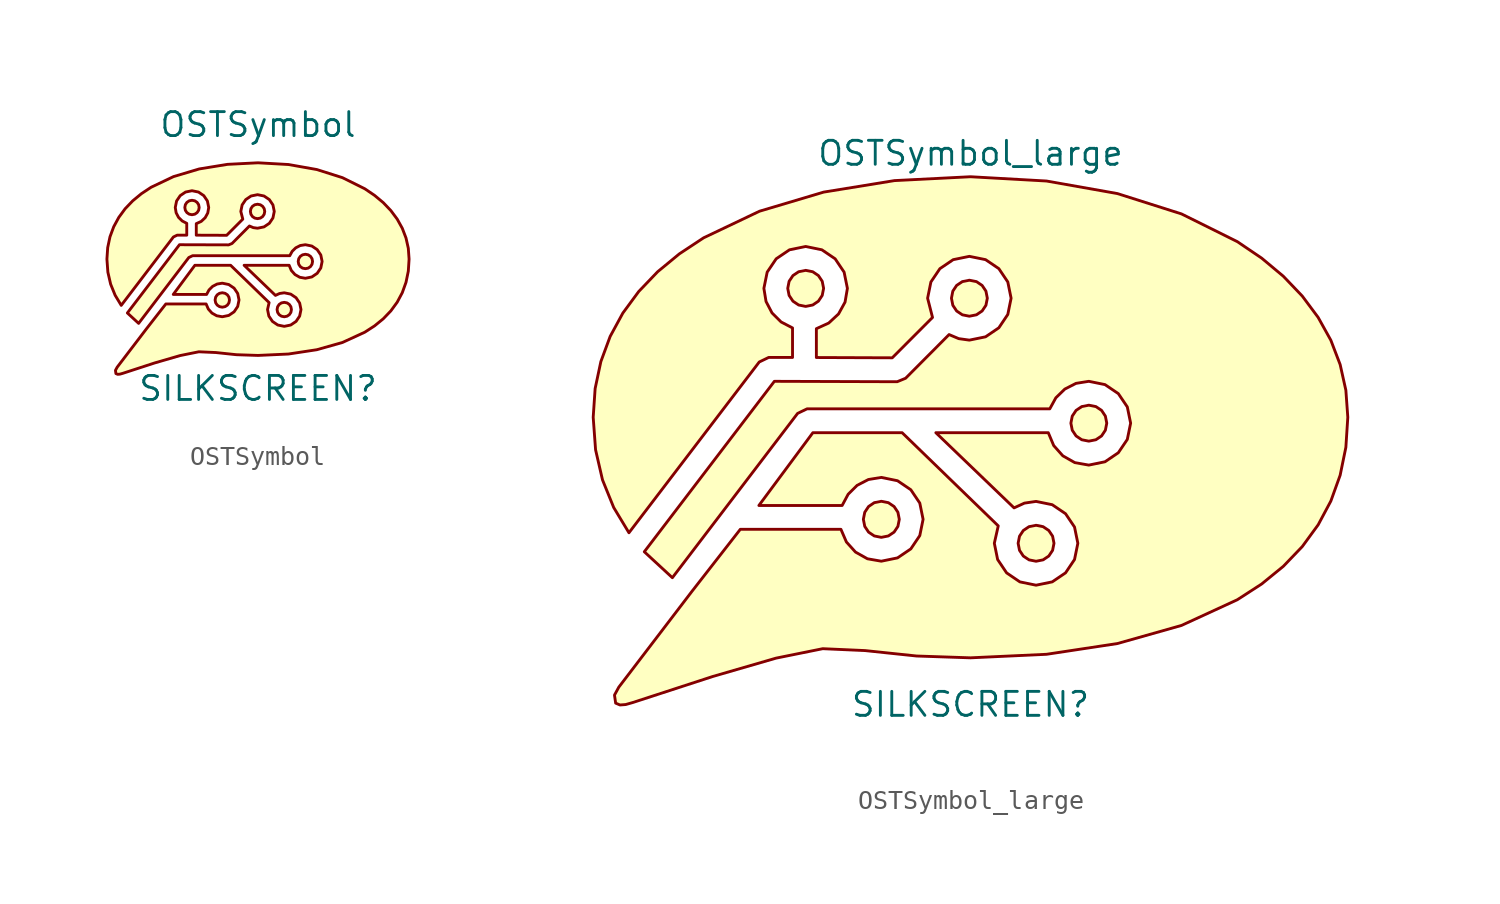
<source format=kicad_sym>
(kicad_symbol_lib
  (version 20211014)
  (generator kicad_symbol_editor)
  (symbol "OSTSymbol"
    (property "Reference" "SILKSCREEN"
      (at 0 -6.35 0)
      (effects (font (size 1.27 1.27))))
    (property "Value" "OSTSymbol"
      (at 0 7.62 0)
      (effects (font (size 1.27 1.27))))
    (symbol "OSTSymbol_0_1"
      (polyline (pts (xy -3.495 3.615) (xy -3.644 3.586) (xy -3.765 3.504) (xy -3.846 3.383) (xy -3.875 3.233) (xy -3.846 3.083) (xy -3.765 2.962) (xy -3.644 2.88) (xy -3.495 2.85) (xy -3.345 2.88) (xy -3.225 2.962) (xy -3.144 3.083) (xy -3.115 3.233) (xy -3.144 3.383) (xy -3.225 3.504) (xy -3.345 3.586) (xy -3.495 3.615)) (stroke (width 0.152) (type default) (color 0 0 0 0)) (fill (type background)))
      (polyline (pts (xy -0.024 3.406) (xy -0.173 3.377) (xy -0.294 3.295) (xy -0.375 3.174) (xy -0.404 3.024) (xy -0.375 2.875) (xy -0.294 2.753) (xy -0.173 2.672) (xy -0.024 2.643) (xy 0.126 2.672) (xy 0.246 2.753) (xy 0.327 2.875) (xy 0.357 3.024) (xy 0.327 3.174) (xy 0.246 3.295) (xy 0.126 3.377) (xy -0.024 3.406)) (stroke (width 0.152) (type default) (color 0 0 0 0)) (fill (type background)))
      (polyline (pts (xy -1.891 -1.281) (xy -2.04 -1.311) (xy -2.161 -1.392) (xy -2.242 -1.514) (xy -2.272 -1.664) (xy -2.242 -1.814) (xy -2.161 -1.935) (xy -2.04 -2.016) (xy -1.891 -2.046) (xy -1.742 -2.016) (xy -1.62 -1.935) (xy -1.539 -1.814) (xy -1.51 -1.664) (xy -1.539 -1.514) (xy -1.62 -1.392) (xy -1.742 -1.311) (xy -1.891 -1.281) (xy -1.891 -1.281)) (stroke (width 0.152) (type default) (color 0 0 0 0)) (fill (type background)))
      (polyline (pts (xy 1.39 -1.79) (xy 1.24 -1.819) (xy 1.12 -1.901) (xy 1.039 -2.022) (xy 1.01 -2.172) (xy 1.039 -2.321) (xy 1.12 -2.442) (xy 1.24 -2.523) (xy 1.39 -2.553) (xy 1.539 -2.523) (xy 1.66 -2.442) (xy 1.741 -2.321) (xy 1.77 -2.172) (xy 1.741 -2.022) (xy 1.66 -1.901) (xy 1.539 -1.819) (xy 1.39 -1.79) (xy 1.39 -1.79)) (stroke (width 0.152) (type default) (color 0 0 0 0)) (fill (type background)))
      (polyline (pts (xy 2.509 0.757) (xy 2.359 0.727) (xy 2.239 0.646) (xy 2.158 0.525) (xy 2.128 0.375) (xy 2.158 0.225) (xy 2.239 0.104) (xy 2.359 0.023) (xy 2.509 -0.006) (xy 2.658 0.023) (xy 2.779 0.104) (xy 2.86 0.225) (xy 2.889 0.375) (xy 2.86 0.525) (xy 2.779 0.646) (xy 2.658 0.727) (xy 2.509 0.757) (xy 2.509 0.757)) (stroke (width 0.152) (type default) (color 0 0 0 0)) (fill (type background)))
      (polyline (pts (xy -0.0001 5.6) (xy -1.613 5.518) (xy -3.114 5.274) (xy -4.473 4.869) (xy -5.657 4.306) (xy -6.173 3.965) (xy -6.634 3.585) (xy -7.035 3.167) (xy -7.371 2.709) (xy -7.64 2.214) (xy -7.838 1.681) (xy -7.959 1.109) (xy -8 0.5) (xy -7.95 -0.19) (xy -7.803 -0.827) (xy -7.565 -1.413) (xy -7.242 -1.949) (xy -4.479 1.672) (xy -4.28 1.768) (xy -3.773 1.768) (xy -3.773 2.394) (xy -4.016 2.521) (xy -4.209 2.712) (xy -4.335 2.955) (xy -4.381 3.233) (xy -4.311 3.578) (xy -4.12 3.86) (xy -3.838 4.051) (xy -3.495 4.121) (xy -3.151 4.051) (xy -2.87 3.86) (xy -2.68 3.578) (xy -2.61 3.233) (xy -2.66 2.942) (xy -2.798 2.691) (xy -3.006 2.497) (xy -3.268 2.378) (xy -3.268 1.767) (xy -1.659 1.761) (xy -0.805 2.616) (xy -0.91 3.024) (xy -0.84 3.369) (xy -0.649 3.651) (xy -0.367 3.842) (xy -0.024 3.912) (xy 0.319 3.842) (xy 0.601 3.651) (xy 0.791 3.369) (xy 0.861 3.024) (xy 0.791 2.68) (xy 0.601 2.397) (xy 0.319 2.206) (xy -0.024 2.136) (xy -0.25 2.167) (xy -0.454 2.253) (xy -1.376 1.327) (xy -1.555 1.254) (xy -4.158 1.262) (xy -6.917 -2.352) (xy -6.321 -2.902) (xy -3.665 0.583) (xy -3.465 0.679) (xy 1.681 0.679) (xy 1.81 0.913) (xy 1.999 1.097) (xy 2.237 1.219) (xy 2.509 1.262) (xy 2.852 1.192) (xy 3.134 1.002) (xy 3.325 0.72) (xy 3.395 0.375) (xy 3.325 0.031) (xy 3.134 -0.252) (xy 2.852 -0.444) (xy 2.509 -0.514) (xy 2.212 -0.462) (xy 1.958 -0.317) (xy 1.764 -0.1) (xy 1.649 0.173) (xy -0.735 0.173) (xy 0.924 -1.421) (xy 1.143 -1.321) (xy 1.39 -1.284) (xy 1.733 -1.354) (xy 2.015 -1.545) (xy 2.206 -1.827) (xy 2.276 -2.171) (xy 2.206 -2.516) (xy 2.015 -2.799) (xy 1.733 -2.99) (xy 1.39 -3.06) (xy 1.047 -2.99) (xy 0.765 -2.799) (xy 0.575 -2.516) (xy 0.505 -2.171) (xy 0.588 -1.803) (xy -1.45 0.173) (xy -3.342 0.173) (xy -4.487 -1.37) (xy -2.722 -1.37) (xy -2.594 -1.132) (xy -2.404 -0.944) (xy -2.165 -0.82) (xy -1.891 -0.775) (xy -1.548 -0.846) (xy -1.266 -1.037) (xy -1.075 -1.32) (xy -1.005 -1.664) (xy -1.075 -2.008) (xy -1.266 -2.291) (xy -1.548 -2.482) (xy -1.891 -2.552) (xy -2.186 -2.5) (xy -2.438 -2.358) (xy -2.631 -2.144) (xy -2.747 -1.876) (xy -4.881 -1.876) (xy -5.909 -3.194) (xy -7.457 -5.223) (xy -7.548 -5.39) (xy -7.524 -5.561) (xy -7.432 -5.6) (xy -7.312 -5.591) (xy -7.163 -5.549) (xy -5.468 -4.997) (xy -4.123 -4.607) (xy -3.132 -4.407) (xy -2.235 -4.447) (xy -1.143 -4.562) (xy -0.0001 -4.6) (xy 1.612 -4.526) (xy 3.114 -4.298) (xy 4.473 -3.914) (xy 5.657 -3.369) (xy 6.173 -3.035) (xy 6.634 -2.659) (xy 7.034 -2.242) (xy 7.371 -1.781) (xy 7.64 -1.277) (xy 7.837 -0.729) (xy 7.959 -0.137) (xy 8 0.5) (xy 7.959 1.073) (xy 7.837 1.618) (xy 7.64 2.133) (xy 7.371 2.618) (xy 7.034 3.07) (xy 6.634 3.49) (xy 6.173 3.874) (xy 5.657 4.224) (xy 4.473 4.812) (xy 3.114 5.243) (xy 1.612 5.509) (xy -0.0001 5.6) (xy -0.0001 5.6)) (stroke (width 0.152) (type default) (color 0 0 0 0)) (fill (type background)))))
  (symbol "OSTSymbol_large"
    (property "Reference" "SILKSCREEN"
      (at 0 -13.97 0)
      (effects (font (size 1.27 1.27))))
    (property "Value" "OSTSymbol_large"
      (at 0 15.24 0)
      (effects (font (size 1.27 1.27))))
    (symbol "OSTSymbol_large_0_1"
      (polyline (pts (xy -8.736 9.038) (xy -9.11 8.964) (xy -9.412 8.761) (xy -9.615 8.458) (xy -9.688 8.083) (xy -9.615 7.708) (xy -9.412 7.404) (xy -9.11 7.201) (xy -8.736 7.126) (xy -8.363 7.201) (xy -8.062 7.404) (xy -7.86 7.708) (xy -7.786 8.083) (xy -7.86 8.458) (xy -8.062 8.761) (xy -8.363 8.964) (xy -8.736 9.038)) (stroke (width 0.152) (type default) (color 0 0 0 0)) (fill (type background)))
      (polyline (pts (xy -0.06 8.515) (xy -0.433 8.441) (xy -0.735 8.239) (xy -0.937 7.936) (xy -1.01 7.561) (xy -0.937 7.186) (xy -0.735 6.884) (xy -0.433 6.681) (xy -0.06 6.607) (xy 0.314 6.681) (xy 0.616 6.884) (xy 0.818 7.186) (xy 0.892 7.561) (xy 0.818 7.936) (xy 0.616 8.239) (xy 0.314 8.441) (xy -0.06 8.515)) (stroke (width 0.152) (type default) (color 0 0 0 0)) (fill (type background)))
      (polyline (pts (xy -4.728 -3.203) (xy -5.101 -3.277) (xy -5.403 -3.481) (xy -5.605 -3.785) (xy -5.679 -4.16) (xy -5.605 -4.535) (xy -5.403 -4.838) (xy -5.101 -5.041) (xy -4.728 -5.115) (xy -4.354 -5.041) (xy -4.051 -4.838) (xy -3.848 -4.535) (xy -3.774 -4.16) (xy -3.848 -3.785) (xy -4.051 -3.481) (xy -4.354 -3.277) (xy -4.728 -3.203) (xy -4.728 -3.203)) (stroke (width 0.152) (type default) (color 0 0 0 0)) (fill (type background)))
      (polyline (pts (xy 3.475 -4.475) (xy 3.101 -4.549) (xy 2.799 -4.752) (xy 2.598 -5.054) (xy 2.524 -5.429) (xy 2.598 -5.803) (xy 2.799 -6.106) (xy 3.101 -6.308) (xy 3.475 -6.382) (xy 3.848 -6.308) (xy 4.15 -6.106) (xy 4.352 -5.803) (xy 4.426 -5.429) (xy 4.352 -5.054) (xy 4.15 -4.752) (xy 3.848 -4.549) (xy 3.475 -4.475) (xy 3.475 -4.475)) (stroke (width 0.152) (type default) (color 0 0 0 0)) (fill (type background)))
      (polyline (pts (xy 6.271 1.891) (xy 5.898 1.817) (xy 5.596 1.615) (xy 5.394 1.312) (xy 5.321 0.938) (xy 5.394 0.563) (xy 5.596 0.26) (xy 5.898 0.058) (xy 6.271 -0.016) (xy 6.645 0.058) (xy 6.947 0.26) (xy 7.149 0.563) (xy 7.223 0.938) (xy 7.149 1.312) (xy 6.947 1.615) (xy 6.645 1.817) (xy 6.271 1.891) (xy 6.271 1.891)) (stroke (width 0.152) (type default) (color 0 0 0 0)) (fill (type background)))
      (polyline (pts (xy -0.0003 14) (xy -4.031 13.795) (xy -7.785 13.185) (xy -11.183 12.173) (xy -14.143 10.764) (xy -15.433 9.912) (xy -16.585 8.963) (xy -17.586 7.917) (xy -18.428 6.774) (xy -19.101 5.535) (xy -19.594 4.201) (xy -19.897 2.773) (xy -20 1.25) (xy -19.874 -0.474) (xy -19.507 -2.068) (xy -18.913 -3.533) (xy -18.105 -4.872) (xy -11.198 4.18) (xy -10.699 4.421) (xy -9.434 4.421) (xy -9.434 5.986) (xy -10.04 6.302) (xy -10.521 6.781) (xy -10.838 7.387) (xy -10.952 8.083) (xy -10.777 8.944) (xy -10.3 9.65) (xy -9.595 10.127) (xy -8.736 10.303) (xy -7.878 10.127) (xy -7.175 9.65) (xy -6.7 8.944) (xy -6.525 8.083) (xy -6.65 7.354) (xy -6.995 6.727) (xy -7.516 6.244) (xy -8.17 5.946) (xy -8.17 4.417) (xy -4.148 4.402) (xy -2.013 6.541) (xy -2.274 7.561) (xy -2.099 8.422) (xy -1.623 9.127) (xy -0.918 9.604) (xy -0.06 9.78) (xy 0.799 9.605) (xy 1.502 9.128) (xy 1.977 8.422) (xy 2.152 7.561) (xy 1.977 6.7) (xy 1.502 5.993) (xy 0.799 5.515) (xy -0.06 5.339) (xy -0.624 5.418) (xy -1.136 5.634) (xy -3.44 3.318) (xy -3.887 3.134) (xy -10.396 3.156) (xy -17.291 -5.879) (xy -15.803 -7.254) (xy -9.163 1.457) (xy -8.663 1.697) (xy 4.203 1.697) (xy 4.524 2.282) (xy 4.999 2.744) (xy 5.592 3.047) (xy 6.271 3.156) (xy 7.13 2.981) (xy 7.835 2.504) (xy 8.312 1.799) (xy 8.488 0.938) (xy 8.312 0.076) (xy 7.835 -0.63) (xy 7.13 -1.109) (xy 6.271 -1.285) (xy 5.529 -1.154) (xy 4.894 -0.793) (xy 4.41 -0.249) (xy 4.124 0.432) (xy -1.837 0.432) (xy 2.309 -3.553) (xy 2.858 -3.301) (xy 3.475 -3.21) (xy 4.333 -3.385) (xy 5.038 -3.862) (xy 5.514 -4.568) (xy 5.69 -5.429) (xy 5.514 -6.29) (xy 5.038 -6.997) (xy 4.333 -7.475) (xy 3.475 -7.651) (xy 2.616 -7.475) (xy 1.913 -6.997) (xy 1.438 -6.29) (xy 1.263 -5.429) (xy 1.471 -4.507) (xy -3.624 0.432) (xy -8.356 0.432) (xy -11.217 -3.426) (xy -6.804 -3.426) (xy -6.485 -2.83) (xy -6.01 -2.359) (xy -5.413 -2.05) (xy -4.728 -1.938) (xy -3.869 -2.114) (xy -3.164 -2.592) (xy -2.688 -3.299) (xy -2.513 -4.16) (xy -2.688 -5.021) (xy -3.164 -5.727) (xy -3.869 -6.204) (xy -4.728 -6.379) (xy -5.464 -6.251) (xy -6.095 -5.896) (xy -6.578 -5.361) (xy -6.868 -4.69) (xy -12.203 -4.69) (xy -14.772 -7.986) (xy -18.643 -13.056) (xy -18.871 -13.475) (xy -18.81 -13.903) (xy -18.58 -14) (xy -18.279 -13.978) (xy -17.906 -13.872) (xy -13.671 -12.493) (xy -10.307 -11.518) (xy -7.831 -11.017) (xy -5.588 -11.117) (xy -2.856 -11.405) (xy -0.0002 -11.501) (xy 4.03 -11.314) (xy 7.785 -10.745) (xy 11.182 -9.785) (xy 14.142 -8.423) (xy 15.433 -7.588) (xy 16.584 -6.649) (xy 17.586 -5.604) (xy 18.428 -4.452) (xy 19.101 -3.192) (xy 19.594 -1.823) (xy 19.897 -0.342) (xy 20 1.25) (xy 19.897 2.683) (xy 19.594 4.045) (xy 19.101 5.333) (xy 18.428 6.544) (xy 17.586 7.675) (xy 16.584 8.724) (xy 15.433 9.686) (xy 14.142 10.56) (xy 11.182 12.03) (xy 7.785 13.108) (xy 4.03 13.773) (xy -0.0002 14) (xy -0.0003 14)) (stroke (width 0.152) (type default) (color 0 0 0 0)) (fill (type background))))))
</source>
